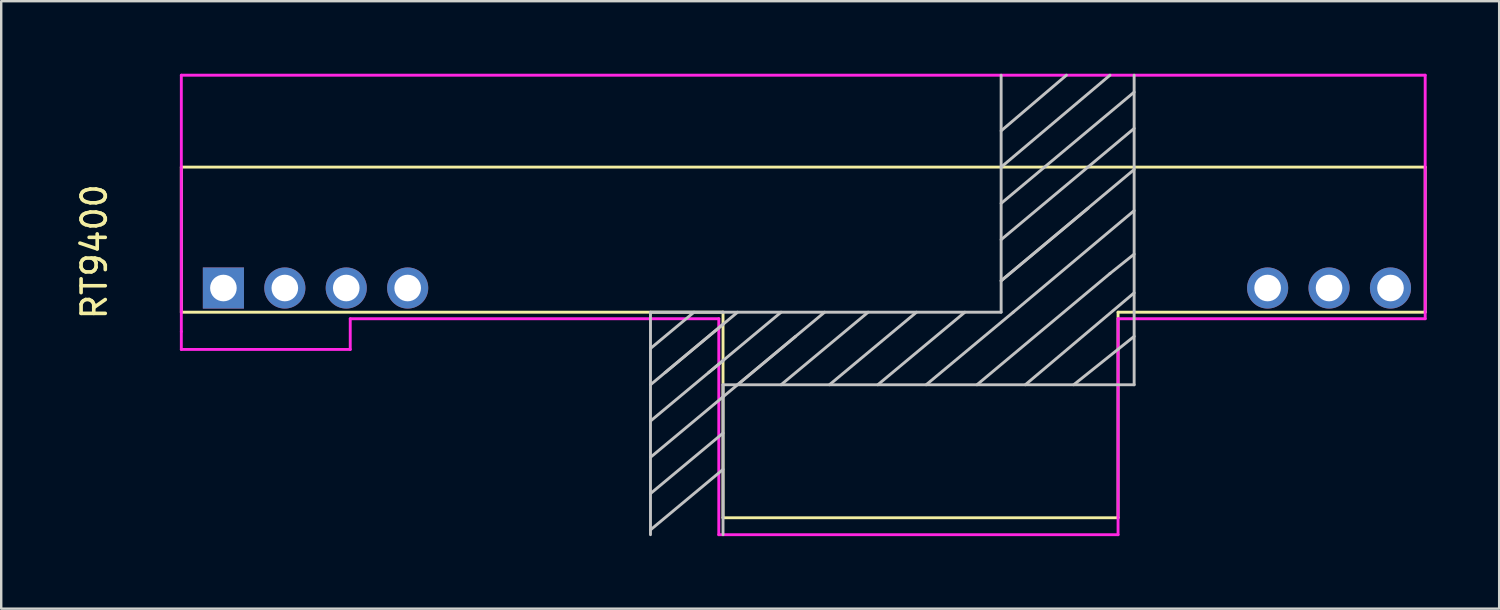
<source format=kicad_pcb>
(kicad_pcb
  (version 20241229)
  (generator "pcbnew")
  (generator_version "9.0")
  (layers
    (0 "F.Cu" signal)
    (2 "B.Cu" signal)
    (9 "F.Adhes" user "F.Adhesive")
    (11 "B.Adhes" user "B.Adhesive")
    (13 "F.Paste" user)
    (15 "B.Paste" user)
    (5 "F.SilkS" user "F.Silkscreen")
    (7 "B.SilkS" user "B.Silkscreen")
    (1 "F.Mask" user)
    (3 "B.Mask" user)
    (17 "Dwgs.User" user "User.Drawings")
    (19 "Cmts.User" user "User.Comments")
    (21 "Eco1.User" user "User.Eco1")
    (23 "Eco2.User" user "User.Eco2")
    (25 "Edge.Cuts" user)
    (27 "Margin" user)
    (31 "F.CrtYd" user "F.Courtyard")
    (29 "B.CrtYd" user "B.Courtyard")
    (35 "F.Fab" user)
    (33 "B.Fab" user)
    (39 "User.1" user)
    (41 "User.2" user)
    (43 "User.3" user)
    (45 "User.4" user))
  (footprint "RT9400"
    (layer "F.Cu")
    (at 29.848 8.86)
    (property "Reference" "RT9400" (at -29 -1.5 90) (layer "F.SilkS") (effects (font (size 1 1) (thickness 0.15))))
    (attr through_hole)
    (fp_line (start -25.4 -5) (end -25.4 1) (stroke (width 0.12) (type solid)) (layer "F.SilkS"))
    (fp_line (start -25.4 -5) (end 26.035 -5) (stroke (width 0.12) (type solid)) (layer "F.SilkS"))
    (fp_line (start -25.4 1) (end -3 1) (stroke (width 0.12) (type solid)) (layer "F.SilkS"))
    (fp_line (start -3 1) (end -3 9.5) (stroke (width 0.12) (type solid)) (layer "F.SilkS"))
    (fp_line (start -3 9.5) (end 13.335 9.5) (stroke (width 0.12) (type solid)) (layer "F.SilkS"))
    (fp_line (start 13.335 1) (end 26.035 1) (stroke (width 0.12) (type solid)) (layer "F.SilkS"))
    (fp_line (start 13.335 9.5) (end 13.335 1) (stroke (width 0.12) (type solid)) (layer "F.SilkS"))
    (fp_line (start 26.035 -5) (end 26.035 1) (stroke (width 0.12) (type solid)) (layer "F.SilkS"))
    (fp_line (start -6 1) (end -6 10.2) (stroke (width 0.12) (type solid)) (layer "Dwgs.User"))
    (fp_line (start -6 2.5) (end -4.2 1) (stroke (width 0.12) (type solid)) (layer "Dwgs.User"))
    (fp_line (start -6 4) (end -3 1.5) (stroke (width 0.12) (type solid)) (layer "Dwgs.User"))
    (fp_line (start -6 5.5) (end -3 3) (stroke (width 0.12) (type solid)) (layer "Dwgs.User"))
    (fp_line (start -6 7) (end -3 4.5) (stroke (width 0.12) (type solid)) (layer "Dwgs.User"))
    (fp_line (start -6 8.5) (end -3 6) (stroke (width 0.12) (type solid)) (layer "Dwgs.User"))
    (fp_line (start -6 10) (end -3 7.5) (stroke (width 0.12) (type solid)) (layer "Dwgs.User"))
    (fp_line (start -5.4 3.5) (end -2.4 1) (stroke (width 0.12) (type solid)) (layer "Dwgs.User"))
    (fp_line (start -3.6 3.5) (end -0.6 1) (stroke (width 0.12) (type solid)) (layer "Dwgs.User"))
    (fp_line (start -3 1) (end -6 1) (stroke (width 0.12) (type solid)) (layer "Dwgs.User"))
    (fp_line (start -3 4) (end -3 10.2) (stroke (width 0.12) (type solid)) (layer "Dwgs.User"))
    (fp_line (start -3 4.5) (end 0 2) (stroke (width 0.12) (type solid)) (layer "Dwgs.User"))
    (fp_line (start -2.4 4) (end 1.2 1) (stroke (width 0.12) (type solid)) (layer "Dwgs.User"))
    (fp_line (start -0.6 4) (end 3 1) (stroke (width 0.12) (type solid)) (layer "Dwgs.User"))
    (fp_line (start 1.4 4) (end 5 1) (stroke (width 0.12) (type solid)) (layer "Dwgs.User"))
    (fp_line (start 3.4 4) (end 7 1) (stroke (width 0.12) (type solid)) (layer "Dwgs.User"))
    (fp_line (start 5.4 4) (end 9 1) (stroke (width 0.12) (type solid)) (layer "Dwgs.User"))
    (fp_line (start 7.5 4) (end 13 -0.6) (stroke (width 0.12) (type solid)) (layer "Dwgs.User"))
    (fp_line (start 8.5 -6.5) (end 11.2 -8.8) (stroke (width 0.12) (type solid)) (layer "Dwgs.User"))
    (fp_line (start 8.5 -5) (end 13 -8.8) (stroke (width 0.12) (type solid)) (layer "Dwgs.User"))
    (fp_line (start 8.5 -3.5) (end 14 -8.1) (stroke (width 0.12) (type solid)) (layer "Dwgs.User"))
    (fp_line (start 8.5 -2) (end 14 -6.6) (stroke (width 0.12) (type solid)) (layer "Dwgs.User"))
    (fp_line (start 8.5 -0.3) (end 12.1 -3.3) (stroke (width 0.12) (type solid)) (layer "Dwgs.User"))
    (fp_line (start 8.5 -0.3) (end 14 -4.9) (stroke (width 0.12) (type solid)) (layer "Dwgs.User"))
    (fp_line (start 8.5 1) (end -3 1) (stroke (width 0.12) (type solid)) (layer "Dwgs.User"))
    (fp_line (start 8.5 1) (end 8.5 -8.8) (stroke (width 0.12) (type solid)) (layer "Dwgs.User"))
    (fp_line (start 9 1) (end 14 -3.2) (stroke (width 0.12) (type solid)) (layer "Dwgs.User"))
    (fp_line (start 9.5 4) (end 14 0.2) (stroke (width 0.12) (type solid)) (layer "Dwgs.User"))
    (fp_line (start 11.5 4) (end 14 2) (stroke (width 0.12) (type solid)) (layer "Dwgs.User"))
    (fp_line (start 14 -8.8) (end 14 4) (stroke (width 0.12) (type solid)) (layer "Dwgs.User"))
    (fp_line (start 14 -1.4) (end 13 -0.6) (stroke (width 0.12) (type solid)) (layer "Dwgs.User"))
    (fp_line (start 14 4) (end -3 4) (stroke (width 0.12) (type solid)) (layer "Dwgs.User"))
    (fp_line (start -25.4 -8.8) (end -25.4 1.8) (stroke (width 0.12) (type solid)) (layer "F.CrtYd"))
    (fp_line (start -25.4 -8.8) (end 26.035 -8.8) (stroke (width 0.12) (type solid)) (layer "F.CrtYd"))
    (fp_line (start -25.4 2.54) (end -25.4 1.8) (stroke (width 0.12) (type solid)) (layer "F.CrtYd"))
    (fp_line (start -18.415 1.27) (end -18.415 2.54) (stroke (width 0.12) (type solid)) (layer "F.CrtYd"))
    (fp_line (start -18.415 1.27) (end -3.175 1.27) (stroke (width 0.12) (type solid)) (layer "F.CrtYd"))
    (fp_line (start -18.415 2.54) (end -25.4 2.54) (stroke (width 0.12) (type solid)) (layer "F.CrtYd"))
    (fp_line (start -3.175 1.27) (end -3.175 10.2) (stroke (width 0.12) (type solid)) (layer "F.CrtYd"))
    (fp_line (start -3.175 10.2) (end 13.335 10.2) (stroke (width 0.12) (type solid)) (layer "F.CrtYd"))
    (fp_line (start 13.335 1.27) (end 13.335 10.2) (stroke (width 0.12) (type solid)) (layer "F.CrtYd"))
    (fp_line (start 13.335 1.27) (end 26.035 1.27) (stroke (width 0.12) (type solid)) (layer "F.CrtYd"))
    (fp_line (start 26.035 -8.8) (end 26.035 1.27) (stroke (width 0.12) (type solid)) (layer "F.CrtYd"))
    (pad "1" thru_hole rect (at -23.66 0) (size 1.7 1.7) (drill 1.1) (layers "*.Cu" "*.Mask"))
    (pad "2" thru_hole circle (at -21.12 0) (size 1.7 1.7) (drill 1.1) (layers "*.Cu" "*.Mask"))
    (pad "3" thru_hole circle (at -18.58 0) (size 1.7 1.7) (drill 1.1) (layers "*.Cu" "*.Mask"))
    (pad "4" thru_hole circle (at -16.04 0) (size 1.7 1.7) (drill 1.1) (layers "*.Cu" "*.Mask"))
    (pad "5" thru_hole circle (at 19.52 0) (size 1.7 1.7) (drill 1.1) (layers "*.Cu" "*.Mask"))
    (pad "6" thru_hole circle (at 22.06 0) (size 1.7 1.7) (drill 1.1) (layers "*.Cu" "*.Mask"))
    (pad "7" thru_hole circle (at 24.6 0) (size 1.7 1.7) (drill 1.1) (layers "*.Cu" "*.Mask")))
  (gr_rect
    (start -3 -3)
    (end 58.943 22.12)
    (stroke (width 0.1) (type default))
    (fill no)
    (layer "Edge.Cuts")))
</source>
